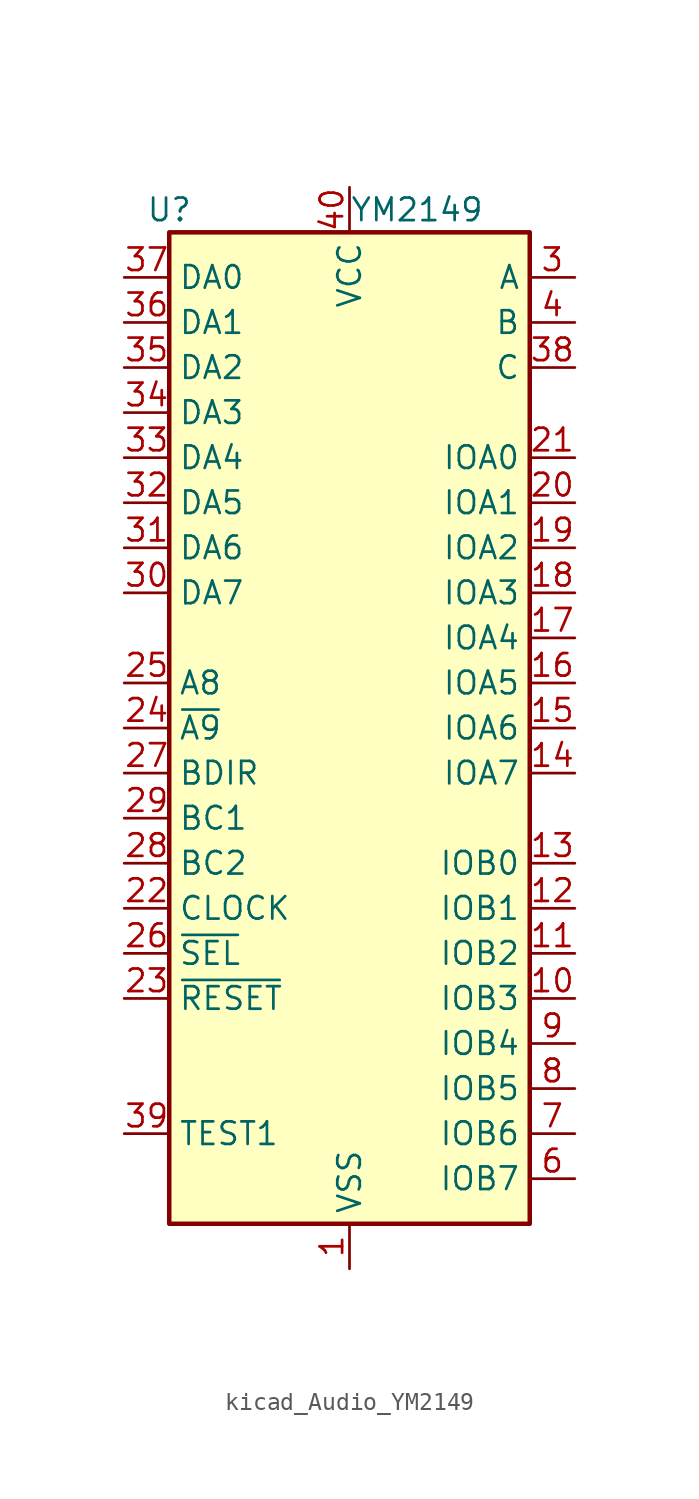
<source format=kicad_sym>
(kicad_symbol_lib
  (version 20220914)
  (generator kicad_symbol_editor)
  (symbol "kicad_Audio_YM2149"
    (property "Reference" "U"
      (at -10.16 29.21 0)
      (effects (font (size 1.27 1.27))))
    (property "Value" "YM2149"
      (at 3.81 29.21 0)
      (effects (font (size 1.27 1.27))))
    (symbol "kicad_Audio_YM2149_0_1"
      (rectangle (start -10.16 27.94) (end 10.16 -27.94) (stroke (width 0.254) (type default)) (fill (type background))))
    (symbol "kicad_Audio_YM2149_1_1"
      (pin power_in line (at 0 -30.48 90) (length 2.54) (name "VSS" (effects (font (size 1.27 1.27)))) (number "1" (effects (font (size 1.27 1.27)))))
      (pin bidirectional line (at 12.7 -15.24 180) (length 2.54) (name "IOB3" (effects (font (size 1.27 1.27)))) (number "10" (effects (font (size 1.27 1.27)))))
      (pin bidirectional line (at 12.7 -12.7 180) (length 2.54) (name "IOB2" (effects (font (size 1.27 1.27)))) (number "11" (effects (font (size 1.27 1.27)))))
      (pin bidirectional line (at 12.7 -10.16 180) (length 2.54) (name "IOB1" (effects (font (size 1.27 1.27)))) (number "12" (effects (font (size 1.27 1.27)))))
      (pin bidirectional line (at 12.7 -7.62 180) (length 2.54) (name "IOB0" (effects (font (size 1.27 1.27)))) (number "13" (effects (font (size 1.27 1.27)))))
      (pin bidirectional line (at 12.7 -2.54 180) (length 2.54) (name "IOA7" (effects (font (size 1.27 1.27)))) (number "14" (effects (font (size 1.27 1.27)))))
      (pin bidirectional line (at 12.7 0 180) (length 2.54) (name "IOA6" (effects (font (size 1.27 1.27)))) (number "15" (effects (font (size 1.27 1.27)))))
      (pin bidirectional line (at 12.7 2.54 180) (length 2.54) (name "IOA5" (effects (font (size 1.27 1.27)))) (number "16" (effects (font (size 1.27 1.27)))))
      (pin bidirectional line (at 12.7 5.08 180) (length 2.54) (name "IOA4" (effects (font (size 1.27 1.27)))) (number "17" (effects (font (size 1.27 1.27)))))
      (pin bidirectional line (at 12.7 7.62 180) (length 2.54) (name "IOA3" (effects (font (size 1.27 1.27)))) (number "18" (effects (font (size 1.27 1.27)))))
      (pin bidirectional line (at 12.7 10.16 180) (length 2.54) (name "IOA2" (effects (font (size 1.27 1.27)))) (number "19" (effects (font (size 1.27 1.27)))))
      (pin no_connect line (at -10.16 -17.78 0) (length 2.54) hide (name "NC" (effects (font (size 1.27 1.27)))) (number "2" (effects (font (size 1.27 1.27)))))
      (pin bidirectional line (at 12.7 12.7 180) (length 2.54) (name "IOA1" (effects (font (size 1.27 1.27)))) (number "20" (effects (font (size 1.27 1.27)))))
      (pin bidirectional line (at 12.7 15.24 180) (length 2.54) (name "IOA0" (effects (font (size 1.27 1.27)))) (number "21" (effects (font (size 1.27 1.27)))))
      (pin input line (at -12.7 -10.16 0) (length 2.54) (name "CLOCK" (effects (font (size 1.27 1.27)))) (number "22" (effects (font (size 1.27 1.27)))))
      (pin input line (at -12.7 -15.24 0) (length 2.54) (name "~{RESET}" (effects (font (size 1.27 1.27)))) (number "23" (effects (font (size 1.27 1.27)))))
      (pin input line (at -12.7 0 0) (length 2.54) (name "~{A9}" (effects (font (size 1.27 1.27)))) (number "24" (effects (font (size 1.27 1.27)))))
      (pin input line (at -12.7 2.54 0) (length 2.54) (name "A8" (effects (font (size 1.27 1.27)))) (number "25" (effects (font (size 1.27 1.27)))))
      (pin input line (at -12.7 -12.7 0) (length 2.54) (name "~{SEL}" (effects (font (size 1.27 1.27)))) (number "26" (effects (font (size 1.27 1.27)))))
      (pin input line (at -12.7 -2.54 0) (length 2.54) (name "BDIR" (effects (font (size 1.27 1.27)))) (number "27" (effects (font (size 1.27 1.27)))))
      (pin input line (at -12.7 -7.62 0) (length 2.54) (name "BC2" (effects (font (size 1.27 1.27)))) (number "28" (effects (font (size 1.27 1.27)))))
      (pin input line (at -12.7 -5.08 0) (length 2.54) (name "BC1" (effects (font (size 1.27 1.27)))) (number "29" (effects (font (size 1.27 1.27)))))
      (pin output line (at 12.7 25.4 180) (length 2.54) (name "A" (effects (font (size 1.27 1.27)))) (number "3" (effects (font (size 1.27 1.27)))))
      (pin bidirectional line (at -12.7 7.62 0) (length 2.54) (name "DA7" (effects (font (size 1.27 1.27)))) (number "30" (effects (font (size 1.27 1.27)))))
      (pin bidirectional line (at -12.7 10.16 0) (length 2.54) (name "DA6" (effects (font (size 1.27 1.27)))) (number "31" (effects (font (size 1.27 1.27)))))
      (pin bidirectional line (at -12.7 12.7 0) (length 2.54) (name "DA5" (effects (font (size 1.27 1.27)))) (number "32" (effects (font (size 1.27 1.27)))))
      (pin bidirectional line (at -12.7 15.24 0) (length 2.54) (name "DA4" (effects (font (size 1.27 1.27)))) (number "33" (effects (font (size 1.27 1.27)))))
      (pin bidirectional line (at -12.7 17.78 0) (length 2.54) (name "DA3" (effects (font (size 1.27 1.27)))) (number "34" (effects (font (size 1.27 1.27)))))
      (pin bidirectional line (at -12.7 20.32 0) (length 2.54) (name "DA2" (effects (font (size 1.27 1.27)))) (number "35" (effects (font (size 1.27 1.27)))))
      (pin bidirectional line (at -12.7 22.86 0) (length 2.54) (name "DA1" (effects (font (size 1.27 1.27)))) (number "36" (effects (font (size 1.27 1.27)))))
      (pin bidirectional line (at -12.7 25.4 0) (length 2.54) (name "DA0" (effects (font (size 1.27 1.27)))) (number "37" (effects (font (size 1.27 1.27)))))
      (pin output line (at 12.7 20.32 180) (length 2.54) (name "C" (effects (font (size 1.27 1.27)))) (number "38" (effects (font (size 1.27 1.27)))))
      (pin passive line (at -12.7 -22.86 0) (length 2.54) (name "TEST1" (effects (font (size 1.27 1.27)))) (number "39" (effects (font (size 1.27 1.27)))))
      (pin output line (at 12.7 22.86 180) (length 2.54) (name "B" (effects (font (size 1.27 1.27)))) (number "4" (effects (font (size 1.27 1.27)))))
      (pin power_in line (at 0 30.48 270) (length 2.54) (name "VCC" (effects (font (size 1.27 1.27)))) (number "40" (effects (font (size 1.27 1.27)))))
      (pin no_connect line (at -10.16 -20.32 0) (length 2.54) hide (name "NC" (effects (font (size 1.27 1.27)))) (number "5" (effects (font (size 1.27 1.27)))))
      (pin bidirectional line (at 12.7 -25.4 180) (length 2.54) (name "IOB7" (effects (font (size 1.27 1.27)))) (number "6" (effects (font (size 1.27 1.27)))))
      (pin bidirectional line (at 12.7 -22.86 180) (length 2.54) (name "IOB6" (effects (font (size 1.27 1.27)))) (number "7" (effects (font (size 1.27 1.27)))))
      (pin bidirectional line (at 12.7 -20.32 180) (length 2.54) (name "IOB5" (effects (font (size 1.27 1.27)))) (number "8" (effects (font (size 1.27 1.27)))))
      (pin bidirectional line (at 12.7 -17.78 180) (length 2.54) (name "IOB4" (effects (font (size 1.27 1.27)))) (number "9" (effects (font (size 1.27 1.27))))))))
</source>
